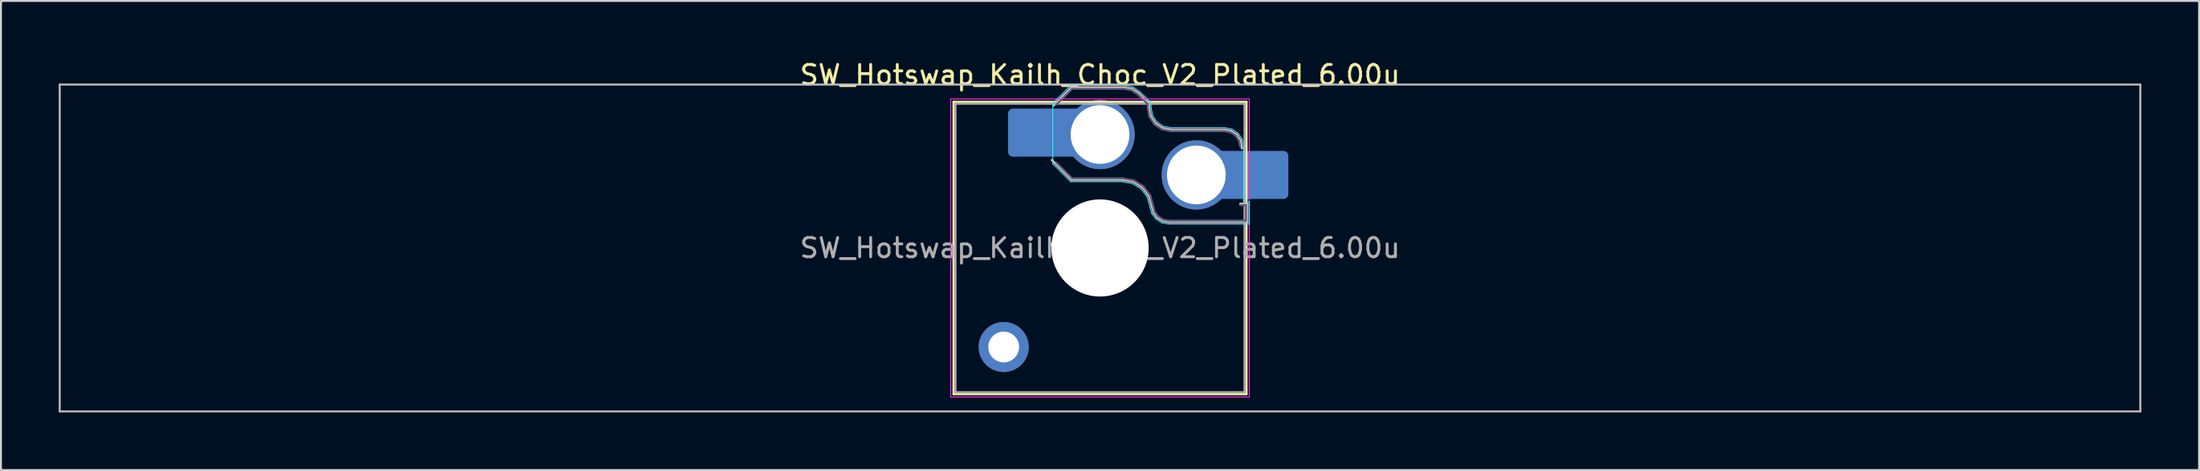
<source format=kicad_pcb>
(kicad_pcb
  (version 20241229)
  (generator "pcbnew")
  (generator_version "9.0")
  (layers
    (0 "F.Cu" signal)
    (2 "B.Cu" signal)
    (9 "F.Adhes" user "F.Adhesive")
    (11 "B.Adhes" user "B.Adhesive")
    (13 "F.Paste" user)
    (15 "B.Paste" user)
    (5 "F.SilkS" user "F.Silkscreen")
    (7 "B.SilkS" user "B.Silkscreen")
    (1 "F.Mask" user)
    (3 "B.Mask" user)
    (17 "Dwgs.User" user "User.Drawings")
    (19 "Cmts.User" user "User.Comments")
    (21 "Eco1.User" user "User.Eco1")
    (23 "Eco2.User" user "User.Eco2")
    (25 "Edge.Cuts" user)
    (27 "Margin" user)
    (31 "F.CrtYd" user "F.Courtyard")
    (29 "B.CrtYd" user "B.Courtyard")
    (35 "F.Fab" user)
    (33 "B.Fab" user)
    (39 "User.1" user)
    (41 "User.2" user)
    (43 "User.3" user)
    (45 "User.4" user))
  (footprint "SW_Hotswap_Kailh_Choc_V2_Plated_6.00u"
    (layer "F.Cu")
    (at 54.05 9.848)
    (property "Reference" "SW_Hotswap_Kailh_Choc_V2_Plated_6.00u" (at 0 -9 0) (layer "F.SilkS") (effects (font (size 1 1) (thickness 0.15))))
    (attr smd)
    (fp_line (start -7.6 -7.6) (end -7.6 7.6) (stroke (width 0.12) (type solid)) (layer "F.SilkS"))
    (fp_line (start -7.6 7.6) (end 7.6 7.6) (stroke (width 0.12) (type solid)) (layer "F.SilkS"))
    (fp_line (start 7.6 -7.6) (end -7.6 -7.6) (stroke (width 0.12) (type solid)) (layer "F.SilkS"))
    (fp_line (start 7.6 7.6) (end 7.6 -7.6) (stroke (width 0.12) (type solid)) (layer "F.SilkS"))
    (fp_line (start -2.416 -7.409) (end -1.479 -8.346) (stroke (width 0.12) (type solid)) (layer "B.SilkS"))
    (fp_line (start -1.479 -8.346) (end 1.268 -8.346) (stroke (width 0.12) (type solid)) (layer "B.SilkS"))
    (fp_line (start -1.479 -3.554) (end -2.5 -4.575) (stroke (width 0.12) (type solid)) (layer "B.SilkS"))
    (fp_line (start 1.168 -3.554) (end -1.479 -3.554) (stroke (width 0.12) (type solid)) (layer "B.SilkS"))
    (fp_line (start 1.268 -8.346) (end 1.671 -8.266) (stroke (width 0.12) (type solid)) (layer "B.SilkS"))
    (fp_line (start 1.671 -8.266) (end 2.013 -8.037) (stroke (width 0.12) (type solid)) (layer "B.SilkS"))
    (fp_line (start 1.73 -3.449) (end 1.168 -3.554) (stroke (width 0.12) (type solid)) (layer "B.SilkS"))
    (fp_line (start 2.013 -8.037) (end 2.546 -7.504) (stroke (width 0.12) (type solid)) (layer "B.SilkS"))
    (fp_line (start 2.209 -3.15) (end 1.73 -3.449) (stroke (width 0.12) (type solid)) (layer "B.SilkS"))
    (fp_line (start 2.546 -7.504) (end 2.546 -7.282) (stroke (width 0.12) (type solid)) (layer "B.SilkS"))
    (fp_line (start 2.546 -7.282) (end 2.633 -6.844) (stroke (width 0.12) (type solid)) (layer "B.SilkS"))
    (fp_line (start 2.547 -2.697) (end 2.209 -3.15) (stroke (width 0.12) (type solid)) (layer "B.SilkS"))
    (fp_line (start 2.633 -6.844) (end 2.877 -6.477) (stroke (width 0.12) (type solid)) (layer "B.SilkS"))
    (fp_line (start 2.701 -2.139) (end 2.547 -2.697) (stroke (width 0.12) (type solid)) (layer "B.SilkS"))
    (fp_line (start 2.783 -1.841) (end 2.701 -2.139) (stroke (width 0.12) (type solid)) (layer "B.SilkS"))
    (fp_line (start 2.877 -6.477) (end 3.244 -6.233) (stroke (width 0.12) (type solid)) (layer "B.SilkS"))
    (fp_line (start 2.976 -1.583) (end 2.783 -1.841) (stroke (width 0.12) (type solid)) (layer "B.SilkS"))
    (fp_line (start 3.244 -6.233) (end 3.682 -6.146) (stroke (width 0.12) (type solid)) (layer "B.SilkS"))
    (fp_line (start 3.25 -1.413) (end 2.976 -1.583) (stroke (width 0.12) (type solid)) (layer "B.SilkS"))
    (fp_line (start 3.56 -1.354) (end 3.25 -1.413) (stroke (width 0.12) (type solid)) (layer "B.SilkS"))
    (fp_line (start 3.682 -6.146) (end 6.482 -6.146) (stroke (width 0.12) (type solid)) (layer "B.SilkS"))
    (fp_line (start 6.482 -6.146) (end 6.809 -6.081) (stroke (width 0.12) (type solid)) (layer "B.SilkS"))
    (fp_line (start 6.809 -6.081) (end 7.092 -5.892) (stroke (width 0.12) (type solid)) (layer "B.SilkS"))
    (fp_line (start 7.092 -5.892) (end 7.281 -5.609) (stroke (width 0.12) (type solid)) (layer "B.SilkS"))
    (fp_line (start 7.281 -5.609) (end 7.366 -5.182) (stroke (width 0.12) (type solid)) (layer "B.SilkS"))
    (fp_line (start 7.283 -2.296) (end 7.646 -2.296) (stroke (width 0.12) (type solid)) (layer "B.SilkS"))
    (fp_line (start 7.646 -2.296) (end 7.646 -1.354) (stroke (width 0.12) (type solid)) (layer "B.SilkS"))
    (fp_line (start 7.646 -1.354) (end 3.56 -1.354) (stroke (width 0.12) (type solid)) (layer "B.SilkS"))
    (fp_line (start -54 -8.5) (end -54 8.5) (stroke (width 0.1) (type solid)) (layer "Dwgs.User"))
    (fp_line (start -54 8.5) (end 54 8.5) (stroke (width 0.1) (type solid)) (layer "Dwgs.User"))
    (fp_line (start 54 -8.5) (end -54 -8.5) (stroke (width 0.1) (type solid)) (layer "Dwgs.User"))
    (fp_line (start 54 8.5) (end 54 -8.5) (stroke (width 0.1) (type solid)) (layer "Dwgs.User"))
    (fp_line (start -7.25 -7.25) (end -7.25 7.25) (stroke (width 0.1) (type solid)) (layer "Eco1.User"))
    (fp_line (start -7.25 7.25) (end 7.25 7.25) (stroke (width 0.1) (type solid)) (layer "Eco1.User"))
    (fp_line (start 7.25 -7.25) (end -7.25 -7.25) (stroke (width 0.1) (type solid)) (layer "Eco1.User"))
    (fp_line (start 7.25 7.25) (end 7.25 -7.25) (stroke (width 0.1) (type solid)) (layer "Eco1.User"))
    (fp_line (start -2.452 -7.523) (end -1.523 -8.452) (stroke (width 0.05) (type solid)) (layer "B.CrtYd"))
    (fp_line (start -2.452 -4.377) (end -2.452 -7.523) (stroke (width 0.05) (type solid)) (layer "B.CrtYd"))
    (fp_line (start -1.523 -8.452) (end 1.278 -8.452) (stroke (width 0.05) (type solid)) (layer "B.CrtYd"))
    (fp_line (start -1.523 -3.448) (end -2.452 -4.377) (stroke (width 0.05) (type solid)) (layer "B.CrtYd"))
    (fp_line (start 1.159 -3.448) (end -1.523 -3.448) (stroke (width 0.05) (type solid)) (layer "B.CrtYd"))
    (fp_line (start 1.278 -8.452) (end 1.712 -8.366) (stroke (width 0.05) (type solid)) (layer "B.CrtYd"))
    (fp_line (start 1.691 -3.348) (end 1.159 -3.448) (stroke (width 0.05) (type solid)) (layer "B.CrtYd"))
    (fp_line (start 1.712 -8.366) (end 2.081 -8.119) (stroke (width 0.05) (type solid)) (layer "B.CrtYd"))
    (fp_line (start 2.081 -8.119) (end 2.652 -7.548) (stroke (width 0.05) (type solid)) (layer "B.CrtYd"))
    (fp_line (start 2.136 -3.071) (end 1.691 -3.348) (stroke (width 0.05) (type solid)) (layer "B.CrtYd"))
    (fp_line (start 2.45 -2.65) (end 2.136 -3.071) (stroke (width 0.05) (type solid)) (layer "B.CrtYd"))
    (fp_line (start 2.599 -2.111) (end 2.45 -2.65) (stroke (width 0.05) (type solid)) (layer "B.CrtYd"))
    (fp_line (start 2.652 -7.548) (end 2.652 -7.292) (stroke (width 0.05) (type solid)) (layer "B.CrtYd"))
    (fp_line (start 2.652 -7.292) (end 2.733 -6.885) (stroke (width 0.05) (type solid)) (layer "B.CrtYd"))
    (fp_line (start 2.687 -1.794) (end 2.599 -2.111) (stroke (width 0.05) (type solid)) (layer "B.CrtYd"))
    (fp_line (start 2.733 -6.885) (end 2.953 -6.553) (stroke (width 0.05) (type solid)) (layer "B.CrtYd"))
    (fp_line (start 2.903 -1.503) (end 2.687 -1.794) (stroke (width 0.05) (type solid)) (layer "B.CrtYd"))
    (fp_line (start 2.953 -6.553) (end 3.285 -6.333) (stroke (width 0.05) (type solid)) (layer "B.CrtYd"))
    (fp_line (start 3.211 -1.312) (end 2.903 -1.503) (stroke (width 0.05) (type solid)) (layer "B.CrtYd"))
    (fp_line (start 3.285 -6.333) (end 3.692 -6.252) (stroke (width 0.05) (type solid)) (layer "B.CrtYd"))
    (fp_line (start 3.55 -1.248) (end 3.211 -1.312) (stroke (width 0.05) (type solid)) (layer "B.CrtYd"))
    (fp_line (start 3.692 -6.252) (end 6.492 -6.252) (stroke (width 0.05) (type solid)) (layer "B.CrtYd"))
    (fp_line (start 6.492 -6.252) (end 6.85 -6.181) (stroke (width 0.05) (type solid)) (layer "B.CrtYd"))
    (fp_line (start 6.85 -6.181) (end 7.168 -5.968) (stroke (width 0.05) (type solid)) (layer "B.CrtYd"))
    (fp_line (start 7.168 -5.968) (end 7.381 -5.65) (stroke (width 0.05) (type solid)) (layer "B.CrtYd"))
    (fp_line (start 7.381 -5.65) (end 7.452 -5.292) (stroke (width 0.05) (type solid)) (layer "B.CrtYd"))
    (fp_line (start 7.452 -5.292) (end 7.452 -2.402) (stroke (width 0.05) (type solid)) (layer "B.CrtYd"))
    (fp_line (start 7.452 -2.402) (end 7.752 -2.402) (stroke (width 0.05) (type solid)) (layer "B.CrtYd"))
    (fp_line (start 7.752 -2.402) (end 7.752 -1.248) (stroke (width 0.05) (type solid)) (layer "B.CrtYd"))
    (fp_line (start 7.752 -1.248) (end 3.55 -1.248) (stroke (width 0.05) (type solid)) (layer "B.CrtYd"))
    (fp_line (start -7.75 -7.75) (end -7.75 7.75) (stroke (width 0.05) (type solid)) (layer "F.CrtYd"))
    (fp_line (start -7.75 7.75) (end 7.75 7.75) (stroke (width 0.05) (type solid)) (layer "F.CrtYd"))
    (fp_line (start 7.75 -7.75) (end -7.75 -7.75) (stroke (width 0.05) (type solid)) (layer "F.CrtYd"))
    (fp_line (start 7.75 7.75) (end 7.75 -7.75) (stroke (width 0.05) (type solid)) (layer "F.CrtYd"))
    (fp_line (start -2.275 -7.45) (end -1.45 -8.275) (stroke (width 0.1) (type solid)) (layer "B.Fab"))
    (fp_line (start -1.45 -8.275) (end 1.261 -8.275) (stroke (width 0.1) (type solid)) (layer "B.Fab"))
    (fp_line (start -1.45 -3.625) (end -2.275 -4.45) (stroke (width 0.1) (type solid)) (layer "B.Fab"))
    (fp_line (start 1.175 -3.625) (end -1.45 -3.625) (stroke (width 0.1) (type solid)) (layer "B.Fab"))
    (fp_line (start 1.261 -8.275) (end 1.643 -8.199) (stroke (width 0.1) (type solid)) (layer "B.Fab"))
    (fp_line (start 1.643 -8.199) (end 1.968 -7.982) (stroke (width 0.1) (type solid)) (layer "B.Fab"))
    (fp_line (start 1.756 -3.516) (end 1.175 -3.625) (stroke (width 0.1) (type solid)) (layer "B.Fab"))
    (fp_line (start 1.968 -7.982) (end 2.475 -7.475) (stroke (width 0.1) (type solid)) (layer "B.Fab"))
    (fp_line (start 2.258 -3.203) (end 1.756 -3.516) (stroke (width 0.1) (type solid)) (layer "B.Fab"))
    (fp_line (start 2.475 -7.475) (end 2.475 -7.275) (stroke (width 0.1) (type solid)) (layer "B.Fab"))
    (fp_line (start 2.475 -7.275) (end 2.566 -6.816) (stroke (width 0.1) (type solid)) (layer "B.Fab"))
    (fp_line (start 2.566 -6.816) (end 2.826 -6.426) (stroke (width 0.1) (type solid)) (layer "B.Fab"))
    (fp_line (start 2.612 -2.729) (end 2.258 -3.203) (stroke (width 0.1) (type solid)) (layer "B.Fab"))
    (fp_line (start 2.769 -2.158) (end 2.612 -2.729) (stroke (width 0.1) (type solid)) (layer "B.Fab"))
    (fp_line (start 2.826 -6.426) (end 3.216 -6.166) (stroke (width 0.1) (type solid)) (layer "B.Fab"))
    (fp_line (start 2.848 -1.873) (end 2.769 -2.158) (stroke (width 0.1) (type solid)) (layer "B.Fab"))
    (fp_line (start 3.025 -1.636) (end 2.848 -1.873) (stroke (width 0.1) (type solid)) (layer "B.Fab"))
    (fp_line (start 3.216 -6.166) (end 3.675 -6.075) (stroke (width 0.1) (type solid)) (layer "B.Fab"))
    (fp_line (start 3.276 -1.48) (end 3.025 -1.636) (stroke (width 0.1) (type solid)) (layer "B.Fab"))
    (fp_line (start 3.567 -1.425) (end 3.276 -1.48) (stroke (width 0.1) (type solid)) (layer "B.Fab"))
    (fp_line (start 3.675 -6.075) (end 6.475 -6.075) (stroke (width 0.1) (type solid)) (layer "B.Fab"))
    (fp_line (start 6.475 -6.075) (end 6.781 -6.014) (stroke (width 0.1) (type solid)) (layer "B.Fab"))
    (fp_line (start 6.781 -6.014) (end 7.041 -5.841) (stroke (width 0.1) (type solid)) (layer "B.Fab"))
    (fp_line (start 7.041 -5.841) (end 7.214 -5.581) (stroke (width 0.1) (type solid)) (layer "B.Fab"))
    (fp_line (start 7.214 -5.581) (end 7.275 -5.275) (stroke (width 0.1) (type solid)) (layer "B.Fab"))
    (fp_line (start 7.275 -2.225) (end 7.575 -2.225) (stroke (width 0.1) (type solid)) (layer "B.Fab"))
    (fp_line (start 7.575 -2.225) (end 7.575 -1.425) (stroke (width 0.1) (type solid)) (layer "B.Fab"))
    (fp_line (start 7.575 -1.425) (end 3.567 -1.425) (stroke (width 0.1) (type solid)) (layer "B.Fab"))
    (fp_line (start -7.5 -7.5) (end -7.5 7.5) (stroke (width 0.1) (type solid)) (layer "F.Fab"))
    (fp_line (start -7.5 7.5) (end 7.5 7.5) (stroke (width 0.1) (type solid)) (layer "F.Fab"))
    (fp_line (start 7.5 -7.5) (end -7.5 -7.5) (stroke (width 0.1) (type solid)) (layer "F.Fab"))
    (fp_line (start 7.5 7.5) (end 7.5 -7.5) (stroke (width 0.1) (type solid)) (layer "F.Fab"))
    (fp_text user "${REFERENCE}" (at 0 0 0) (layer "F.Fab") (effects (font (size 1 1) (thickness 0.15))))
    (pad "" thru_hole circle (at -5 5.15) (size 2.6 2.6) (drill 1.6) (layers "*.Cu" "*.Mask"))
    (pad "" smd roundrect (at -3.5 -6) (size 2.55 2.5) (layers "B.Mask" "B.Paste") (roundrect_rratio 0.1))
    (pad "" np_thru_hole circle (at 0 0) (size 5.05 5.05) (drill 5.05) (layers "*.Cu" "*.Mask"))
    (pad "" smd roundrect (at 8.5 -3.8) (size 2.55 2.5) (layers "B.Mask" "B.Paste") (roundrect_rratio 0.1))
    (pad "1" smd roundrect (at -2.85 -6) (size 3.85 2.5) (layers "B.Cu") (roundrect_rratio 0.1))
    (pad "1" thru_hole circle (at 0 -5.9) (size 3.6 3.6) (drill 3.05) (layers "*.Cu" "*.Mask"))
    (pad "2" thru_hole circle (at 5 -3.8) (size 3.6 3.6) (drill 3.05) (layers "*.Cu" "*.Mask"))
    (pad "2" smd roundrect (at 7.85 -3.8) (size 3.85 2.5) (layers "B.Cu") (roundrect_rratio 0.1)))
  (gr_rect
    (start -3 -3)
    (end 111.1 21.398)
    (stroke (width 0.1) (type default))
    (fill no)
    (layer "Edge.Cuts")))
</source>
